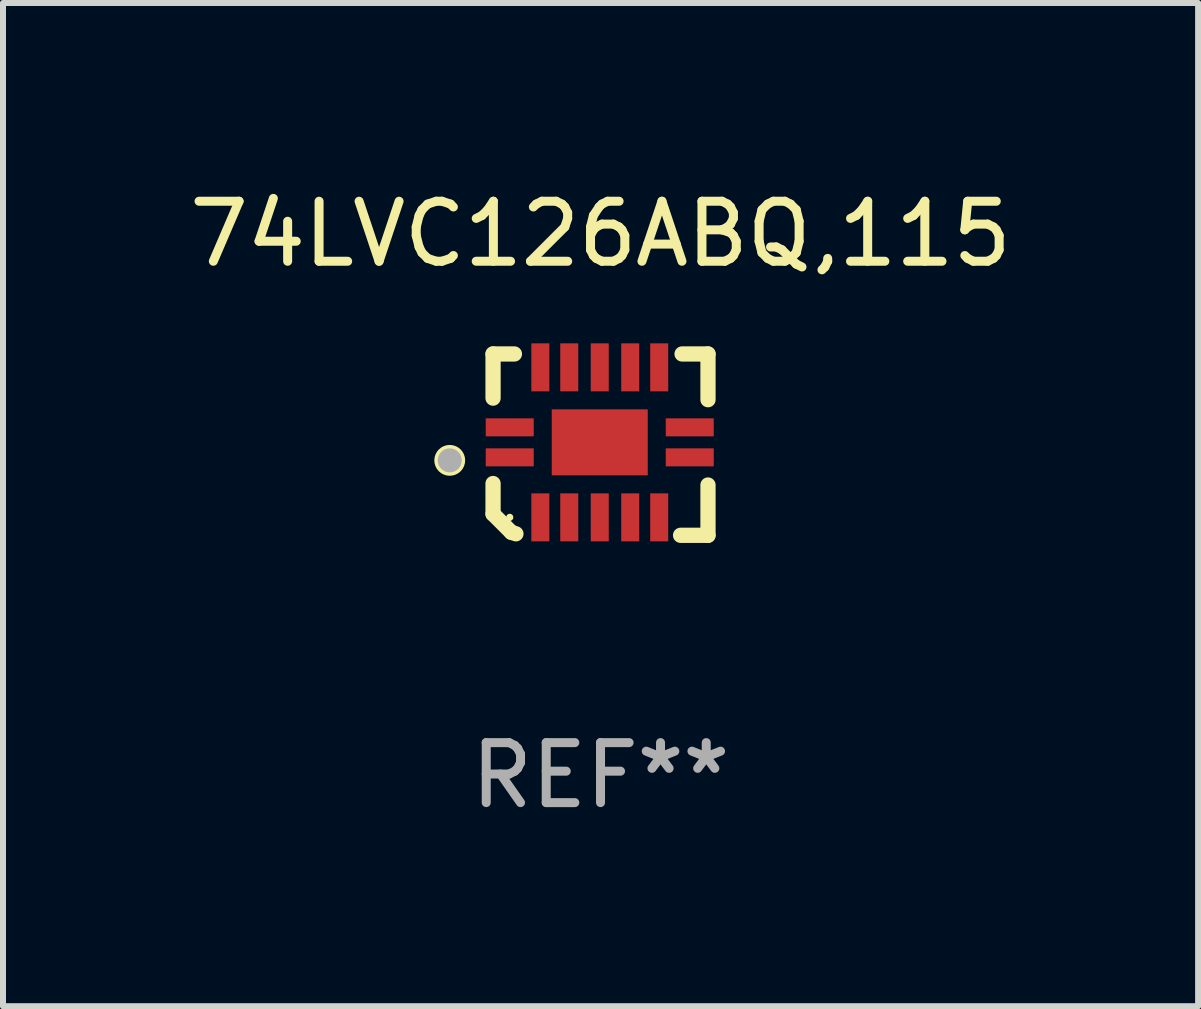
<source format=kicad_pcb>
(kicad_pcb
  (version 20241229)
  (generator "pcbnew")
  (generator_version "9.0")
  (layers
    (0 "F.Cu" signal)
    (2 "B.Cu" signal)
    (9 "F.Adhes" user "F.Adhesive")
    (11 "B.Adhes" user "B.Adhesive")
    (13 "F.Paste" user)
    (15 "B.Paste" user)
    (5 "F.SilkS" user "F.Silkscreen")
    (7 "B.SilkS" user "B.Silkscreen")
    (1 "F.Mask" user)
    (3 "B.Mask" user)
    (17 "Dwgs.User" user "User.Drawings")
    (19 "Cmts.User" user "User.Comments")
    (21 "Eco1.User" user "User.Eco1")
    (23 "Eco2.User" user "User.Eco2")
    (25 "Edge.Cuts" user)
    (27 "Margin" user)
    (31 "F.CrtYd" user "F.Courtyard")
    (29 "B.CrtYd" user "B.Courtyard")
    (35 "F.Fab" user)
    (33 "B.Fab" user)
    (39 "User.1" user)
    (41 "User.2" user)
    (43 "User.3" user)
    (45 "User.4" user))
  (footprint "74LVC126ABQ,115"
    (layer "F.Cu")
    (at 6.958 4.36)
    (property "Reference" "74LVC126ABQ,115" (at 0 -3.511 0) (layer "F.SilkS") (effects (font (size 1 1) (thickness 0.15))))
    (attr through_hole)
    (fp_line (start -1.791 -1.511) (end -1.435 -1.511) (stroke (width 0.254) (type solid)) (layer "F.SilkS"))
    (fp_line (start -1.791 -0.775) (end -1.791 -1.511) (stroke (width 0.254) (type solid)) (layer "F.SilkS"))
    (fp_line (start -1.791 1.156) (end -1.791 0.648) (stroke (width 0.254) (type solid)) (layer "F.SilkS"))
    (fp_line (start -1.486 1.461) (end -1.791 1.156) (stroke (width 0.254) (type solid)) (layer "F.SilkS"))
    (fp_line (start -1.41 1.486) (end -1.486 1.461) (stroke (width 0.254) (type solid)) (layer "F.SilkS"))
    (fp_line (start 1.334 1.511) (end 1.791 1.511) (stroke (width 0.254) (type solid)) (layer "F.SilkS"))
    (fp_line (start 1.791 -1.511) (end 1.359 -1.511) (stroke (width 0.254) (type solid)) (layer "F.SilkS"))
    (fp_line (start 1.791 -0.749) (end 1.791 -1.511) (stroke (width 0.254) (type solid)) (layer "F.SilkS"))
    (fp_line (start 1.791 1.511) (end 1.791 0.673) (stroke (width 0.254) (type solid)) (layer "F.SilkS"))
    (fp_circle (center -2.513 0.262) (end -2.383 0.262) (stroke (width 0.254) (type solid)) (fill no) (layer "F.SilkS"))
    (fp_circle (center -1.513 1.212) (end -1.483 1.212) (stroke (width 0.06) (type solid)) (fill no) (layer "F.SilkS"))
    (fp_circle (center -2.513 0.262) (end -2.413 0.262) (stroke (width 0.2) (type solid)) (fill no) (layer "F.Fab"))
    (fp_text user "REF**" (at 0 5.511 0) (layer "F.Fab") (effects (font (size 1 1) (thickness 0.15))))
    (pad "1" smd rect (at -1.513 0.212) (size 0.8 0.3) (layers "F.Cu" "F.Mask" "F.Paste"))
    (pad "2" smd rect (at -1.003 1.212) (size 0.3 0.8) (layers "F.Cu" "F.Mask" "F.Paste"))
    (pad "3" smd rect (at -0.521 1.212) (size 0.3 0.8) (layers "F.Cu" "F.Mask" "F.Paste"))
    (pad "4" smd rect (at -0.013 1.212) (size 0.3 0.8) (layers "F.Cu" "F.Mask" "F.Paste"))
    (pad "5" smd rect (at 0.495 1.212) (size 0.3 0.8) (layers "F.Cu" "F.Mask" "F.Paste"))
    (pad "6" smd rect (at 0.978 1.212) (size 0.3 0.8) (layers "F.Cu" "F.Mask" "F.Paste"))
    (pad "7" smd rect (at 1.487 0.212) (size 0.8 0.3) (layers "F.Cu" "F.Mask" "F.Paste"))
    (pad "8" smd rect (at 1.487 -0.288) (size 0.8 0.3) (layers "F.Cu" "F.Mask" "F.Paste"))
    (pad "9" smd rect (at 0.978 -1.288) (size 0.3 0.8) (layers "F.Cu" "F.Mask" "F.Paste"))
    (pad "10" smd rect (at 0.495 -1.288) (size 0.3 0.8) (layers "F.Cu" "F.Mask" "F.Paste"))
    (pad "11" smd rect (at -0.013 -1.288) (size 0.3 0.8) (layers "F.Cu" "F.Mask" "F.Paste"))
    (pad "12" smd rect (at -0.521 -1.288) (size 0.3 0.8) (layers "F.Cu" "F.Mask" "F.Paste"))
    (pad "13" smd rect (at -1.003 -1.288) (size 0.3 0.8) (layers "F.Cu" "F.Mask" "F.Paste"))
    (pad "14" smd rect (at -1.513 -0.288) (size 0.8 0.3) (layers "F.Cu" "F.Mask" "F.Paste"))
    (pad "15" smd rect (at -0.013 -0.038 90) (size 1.1 1.6) (layers "F.Cu" "F.Mask" "F.Paste")))
  (gr_rect
    (start -3 -3)
    (end 16.917 13.719)
    (stroke (width 0.1) (type default))
    (fill no)
    (layer "Edge.Cuts")))
</source>
